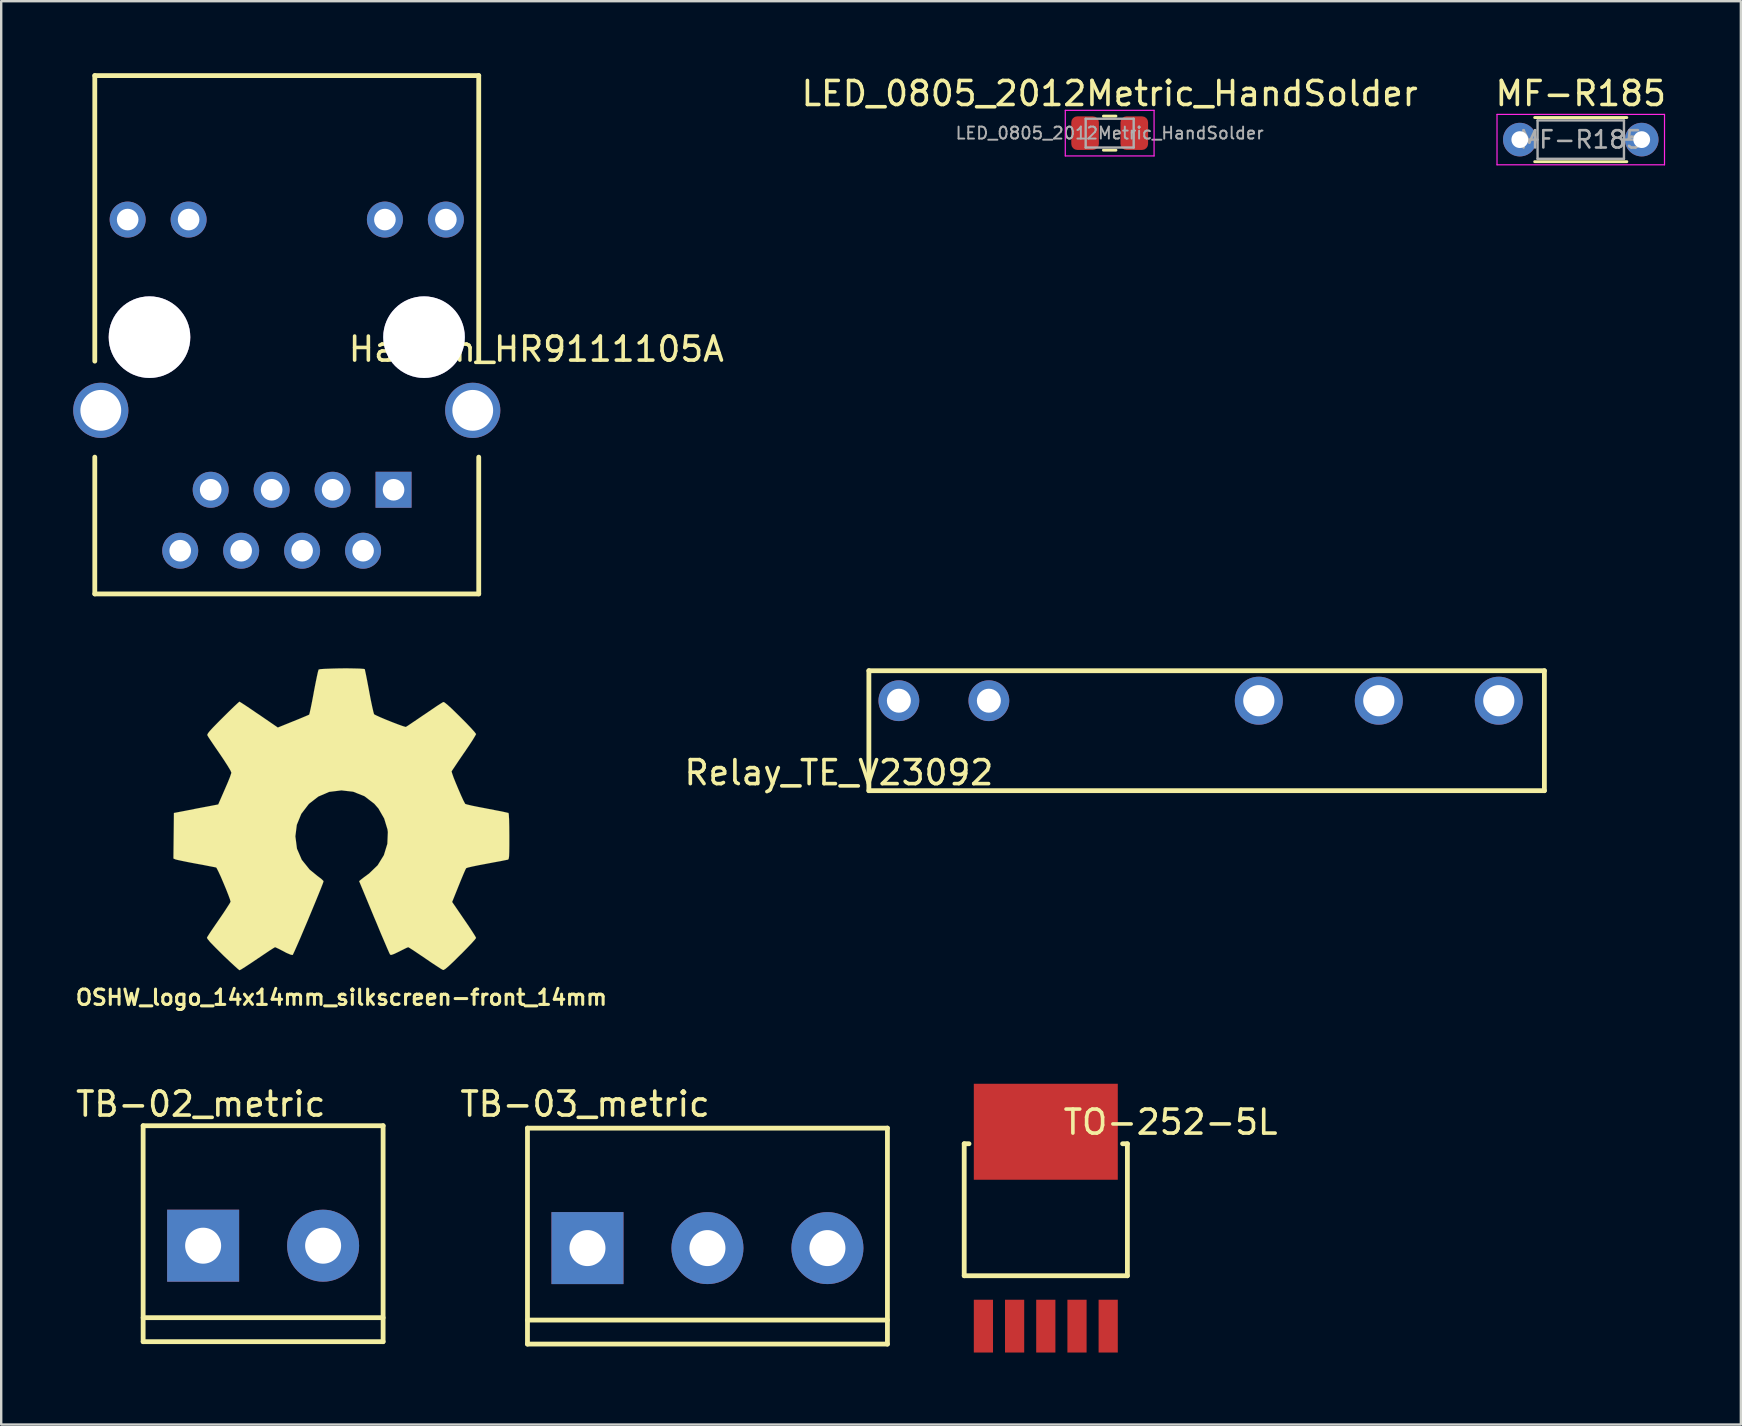
<source format=kicad_pcb>
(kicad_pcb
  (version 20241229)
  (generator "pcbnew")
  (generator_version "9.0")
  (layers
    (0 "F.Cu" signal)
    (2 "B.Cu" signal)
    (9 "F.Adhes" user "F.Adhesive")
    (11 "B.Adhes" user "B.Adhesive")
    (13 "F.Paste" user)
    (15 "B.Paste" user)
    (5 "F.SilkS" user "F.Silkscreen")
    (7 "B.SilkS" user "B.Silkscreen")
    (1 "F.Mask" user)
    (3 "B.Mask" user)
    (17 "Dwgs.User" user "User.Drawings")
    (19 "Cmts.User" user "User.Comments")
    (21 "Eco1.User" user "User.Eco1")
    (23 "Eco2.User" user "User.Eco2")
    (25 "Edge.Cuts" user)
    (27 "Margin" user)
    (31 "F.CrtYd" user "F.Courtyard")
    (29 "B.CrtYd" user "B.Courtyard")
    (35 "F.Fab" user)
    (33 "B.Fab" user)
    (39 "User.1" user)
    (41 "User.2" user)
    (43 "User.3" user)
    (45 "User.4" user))
  (footprint "Hanrun_HR9111105A"
    (layer "F.Cu")
    (at 8.9 11)
    (property "Reference" "Hanrun_HR9111105A" (at 10.4 0.5 0) (layer "F.SilkS") (effects (font (size 1 1) (thickness 0.15))))
    (attr through_hole)
    (fp_line (start -8 -10.9) (end 8 -10.9) (stroke (width 0.2) (type solid)) (layer "F.SilkS"))
    (fp_line (start -8 1) (end -8 -10.9) (stroke (width 0.2) (type solid)) (layer "F.SilkS"))
    (fp_line (start -8 10.7) (end -8 5) (stroke (width 0.2) (type solid)) (layer "F.SilkS"))
    (fp_line (start 8 -10.9) (end 8 1) (stroke (width 0.2) (type solid)) (layer "F.SilkS"))
    (fp_line (start 8 10.7) (end -8 10.7) (stroke (width 0.2) (type solid)) (layer "F.SilkS"))
    (fp_line (start 8 10.7) (end 8 5) (stroke (width 0.2) (type solid)) (layer "F.SilkS"))
    (pad "1" thru_hole rect (at 4.45 6.36) (size 1.5 1.5) (drill 0.9) (layers "*.Cu" "*.Mask"))
    (pad "2" thru_hole circle (at 3.18 8.9) (size 1.5 1.5) (drill 0.9) (layers "*.Cu" "*.Mask"))
    (pad "3" thru_hole circle (at 1.91 6.36) (size 1.5 1.5) (drill 0.9) (layers "*.Cu" "*.Mask"))
    (pad "4" thru_hole circle (at 0.64 8.9) (size 1.5 1.5) (drill 0.9) (layers "*.Cu" "*.Mask"))
    (pad "5" thru_hole circle (at -0.63 6.36) (size 1.5 1.5) (drill 0.9) (layers "*.Cu" "*.Mask"))
    (pad "6" thru_hole circle (at -1.9 8.9) (size 1.5 1.5) (drill 0.9) (layers "*.Cu" "*.Mask"))
    (pad "7" thru_hole circle (at -3.17 6.36) (size 1.5 1.5) (drill 0.9) (layers "*.Cu" "*.Mask"))
    (pad "8" thru_hole circle (at -4.44 8.9) (size 1.5 1.5) (drill 0.9) (layers "*.Cu" "*.Mask"))
    (pad "9" thru_hole circle (at 6.63 -4.9) (size 1.5 1.5) (drill 0.9) (layers "*.Cu" "*.Mask"))
    (pad "10" thru_hole circle (at 4.09 -4.9) (size 1.5 1.5) (drill 0.9) (layers "*.Cu" "*.Mask"))
    (pad "11" thru_hole circle (at -4.09 -4.9) (size 1.5 1.5) (drill 0.9) (layers "*.Cu" "*.Mask"))
    (pad "12" thru_hole circle (at -6.63 -4.9) (size 1.5 1.5) (drill 0.9) (layers "*.Cu" "*.Mask"))
    (pad "MH" thru_hole circle (at -5.72 0) (size 3.4 3.4) (drill 3.4) (layers "*.Cu" "*.Mask"))
    (pad "MH" thru_hole circle (at 5.72 0) (size 3.4 3.4) (drill 3.4) (layers "*.Cu" "*.Mask"))
    (pad "SH" thru_hole circle (at -7.75 3.05) (size 2.3 2.3) (drill 1.7) (layers "*.Cu" "*.Mask"))
    (pad "SH" thru_hole circle (at 7.75 3.05) (size 2.3 2.3) (drill 1.7) (layers "*.Cu" "*.Mask")))
  (footprint "MF-R185"
    (layer "F.Cu")
    (at 60.284 2.768)
    (property "Reference" "MF-R185" (at 2.54 -1.92 0) (layer "F.SilkS") (effects (font (size 1 1) (thickness 0.15))))
    (attr through_hole)
    (fp_line (start 0.62 -0.92) (end 4.46 -0.92) (stroke (width 0.12) (type solid)) (layer "F.SilkS"))
    (fp_line (start 0.62 0.92) (end 4.46 0.92) (stroke (width 0.12) (type solid)) (layer "F.SilkS"))
    (fp_line (start -0.95 -1.05) (end -0.95 1.05) (stroke (width 0.05) (type solid)) (layer "F.CrtYd"))
    (fp_line (start -0.95 1.05) (end 6.03 1.05) (stroke (width 0.05) (type solid)) (layer "F.CrtYd"))
    (fp_line (start 6.03 -1.05) (end -0.95 -1.05) (stroke (width 0.05) (type solid)) (layer "F.CrtYd"))
    (fp_line (start 6.03 1.05) (end 6.03 -1.05) (stroke (width 0.05) (type solid)) (layer "F.CrtYd"))
    (fp_line (start 0 0) (end 0.74 0) (stroke (width 0.1) (type solid)) (layer "F.Fab"))
    (fp_line (start 0.74 -0.8) (end 0.74 0.8) (stroke (width 0.1) (type solid)) (layer "F.Fab"))
    (fp_line (start 0.74 0.8) (end 4.34 0.8) (stroke (width 0.1) (type solid)) (layer "F.Fab"))
    (fp_line (start 4.34 -0.8) (end 0.74 -0.8) (stroke (width 0.1) (type solid)) (layer "F.Fab"))
    (fp_line (start 4.34 0.8) (end 4.34 -0.8) (stroke (width 0.1) (type solid)) (layer "F.Fab"))
    (fp_line (start 5.08 0) (end 4.34 0) (stroke (width 0.1) (type solid)) (layer "F.Fab"))
    (fp_text user "${REFERENCE}" (at 2.54 0 0) (layer "F.Fab") (effects (font (size 0.72 0.72) (thickness 0.108))))
    (pad "1" thru_hole circle (at 0 0) (size 1.4 1.4) (drill 0.7) (layers "*.Cu" "*.Mask"))
    (pad "2" thru_hole oval (at 5.08 0) (size 1.4 1.4) (drill 0.7) (layers "*.Cu" "*.Mask")))
  (footprint "LED_0805_2012Metric_HandSolder"
    (layer "F.Cu")
    (at 43.193 2.498)
    (property "Reference" "LED_0805_2012Metric_HandSolder" (at 0 -1.65 0) (layer "F.SilkS") (effects (font (size 1 1) (thickness 0.15))))
    (attr smd)
    (fp_line (start -0.261 -0.71) (end 0.261 -0.71) (stroke (width 0.12) (type solid)) (layer "F.SilkS"))
    (fp_line (start -0.261 0.71) (end 0.261 0.71) (stroke (width 0.12) (type solid)) (layer "F.SilkS"))
    (fp_line (start -1.85 -0.95) (end 1.85 -0.95) (stroke (width 0.05) (type solid)) (layer "F.CrtYd"))
    (fp_line (start -1.85 0.95) (end -1.85 -0.95) (stroke (width 0.05) (type solid)) (layer "F.CrtYd"))
    (fp_line (start 1.85 -0.95) (end 1.85 0.95) (stroke (width 0.05) (type solid)) (layer "F.CrtYd"))
    (fp_line (start 1.85 0.95) (end -1.85 0.95) (stroke (width 0.05) (type solid)) (layer "F.CrtYd"))
    (fp_line (start -1 -0.6) (end 1 -0.6) (stroke (width 0.1) (type solid)) (layer "F.Fab"))
    (fp_line (start -1 0.6) (end -1 -0.6) (stroke (width 0.1) (type solid)) (layer "F.Fab"))
    (fp_line (start 1 -0.6) (end 1 0.6) (stroke (width 0.1) (type solid)) (layer "F.Fab"))
    (fp_line (start 1 0.6) (end -1 0.6) (stroke (width 0.1) (type solid)) (layer "F.Fab"))
    (fp_text user "${REFERENCE}" (at 0 0 0) (layer "F.Fab") (effects (font (size 0.5 0.5) (thickness 0.08))))
    (pad "1" smd roundrect (at -1.025 0) (size 1.15 1.4) (layers "F.Cu" "F.Mask" "F.Paste") (roundrect_rratio 0.217))
    (pad "2" smd roundrect (at 1.025 0) (size 1.15 1.4) (layers "F.Cu" "F.Mask" "F.Paste") (roundrect_rratio 0.217)))
  (footprint "TO-252-5L"
    (layer "F.Cu")
    (at 40.531 50.213)
    (property "Reference" "TO-252-5L" (at 5.2 -6.5 0) (layer "F.SilkS") (effects (font (size 1 1) (thickness 0.15))))
    (attr through_hole)
    (fp_line (start -3.4 -5.6) (end -3.4 -0.1) (stroke (width 0.2) (type solid)) (layer "F.SilkS"))
    (fp_line (start -3.4 -5.6) (end -3.2 -5.6) (stroke (width 0.2) (type solid)) (layer "F.SilkS"))
    (fp_line (start -3.4 -0.1) (end 3.4 -0.1) (stroke (width 0.2) (type solid)) (layer "F.SilkS"))
    (fp_line (start 3.4 -5.6) (end 3.2 -5.6) (stroke (width 0.2) (type solid)) (layer "F.SilkS"))
    (fp_line (start 3.4 -0.1) (end 3.4 -5.6) (stroke (width 0.2) (type solid)) (layer "F.SilkS"))
    (pad "1" smd rect (at -2.6 2) (size 0.8 2.2) (layers "F.Cu" "F.Mask" "F.Paste"))
    (pad "2" smd rect (at -1.3 2) (size 0.8 2.2) (layers "F.Cu" "F.Mask" "F.Paste"))
    (pad "3" smd rect (at 0 2) (size 0.8 2.2) (layers "F.Cu" "F.Mask" "F.Paste"))
    (pad "4" smd rect (at 1.3 2) (size 0.8 2.2) (layers "F.Cu" "F.Mask" "F.Paste"))
    (pad "5" smd rect (at 2.6 2) (size 0.8 2.2) (layers "F.Cu" "F.Mask" "F.Paste"))
    (pad "6" smd rect (at 0 -6.1) (size 6 4) (layers "F.Cu" "F.Mask" "F.Paste")))
  (footprint "Relay_TE_V23092"
    (layer "F.Cu")
    (at 34.408 26.15)
    (property "Reference" "Relay_TE_V23092" (at -2.5 3 0) (layer "F.SilkS") (effects (font (size 1 1) (thickness 0.15))))
    (attr through_hole)
    (fp_line (start -1.25 -1.25) (end -1.25 3.75) (stroke (width 0.2) (type solid)) (layer "F.SilkS"))
    (fp_line (start -1.25 -1.25) (end 26.9 -1.25) (stroke (width 0.2) (type solid)) (layer "F.SilkS"))
    (fp_line (start 26.9 -1.25) (end 26.9 3.75) (stroke (width 0.2) (type solid)) (layer "F.SilkS"))
    (fp_line (start 26.9 3.75) (end -1.25 3.75) (stroke (width 0.2) (type solid)) (layer "F.SilkS"))
    (pad "11" thru_hole circle (at 20 0) (size 2 2) (drill 1.3) (layers "*.Cu" "*.Mask"))
    (pad "12" thru_hole circle (at 15 0) (size 2 2) (drill 1.3) (layers "*.Cu" "*.Mask"))
    (pad "14" thru_hole circle (at 25 0) (size 2 2) (drill 1.3) (layers "*.Cu" "*.Mask"))
    (pad "A1" thru_hole circle (at 0 0) (size 1.7 1.7) (drill 1) (layers "*.Cu" "*.Mask"))
    (pad "A2" thru_hole circle (at 3.75 0) (size 1.7 1.7) (drill 1) (layers "*.Cu" "*.Mask")))
  (footprint "TB-02_metric"
    (layer "F.Cu")
    (at 5.415 48.861)
    (property "Reference" "TB-02_metric" (at -0.1 -5.9 0) (layer "F.SilkS") (effects (font (size 1 1) (thickness 0.15))))
    (attr through_hole)
    (fp_line (start -2.5 -5) (end 7.5 -5) (stroke (width 0.2) (type solid)) (layer "F.SilkS"))
    (fp_line (start -2.5 3) (end 7.5 3) (stroke (width 0.2) (type solid)) (layer "F.SilkS"))
    (fp_line (start -2.5 4) (end -2.5 -5) (stroke (width 0.2) (type solid)) (layer "F.SilkS"))
    (fp_line (start 7.5 -5) (end 7.5 4) (stroke (width 0.2) (type solid)) (layer "F.SilkS"))
    (fp_line (start 7.5 4) (end -2.5 4) (stroke (width 0.2) (type solid)) (layer "F.SilkS"))
    (pad "1" thru_hole rect (at 0 0) (size 3 3) (drill 1.5) (layers "*.Cu" "*.Mask"))
    (pad "2" thru_hole circle (at 5 0) (size 3 3) (drill 1.5) (layers "*.Cu" "*.Mask")))
  (footprint "TB-03_metric"
    (layer "F.Cu")
    (at 21.431 48.961)
    (property "Reference" "TB-03_metric" (at -0.1 -6 0) (layer "F.SilkS") (effects (font (size 1 1) (thickness 0.15))))
    (attr through_hole)
    (fp_line (start -2.5 -5) (end 12.5 -5) (stroke (width 0.2) (type solid)) (layer "F.SilkS"))
    (fp_line (start -2.5 3) (end 12.5 3) (stroke (width 0.2) (type solid)) (layer "F.SilkS"))
    (fp_line (start -2.5 4) (end -2.5 -5) (stroke (width 0.2) (type solid)) (layer "F.SilkS"))
    (fp_line (start 12.5 -5) (end 12.5 4) (stroke (width 0.2) (type solid)) (layer "F.SilkS"))
    (fp_line (start 12.5 4) (end -2.5 4) (stroke (width 0.2) (type solid)) (layer "F.SilkS"))
    (pad "1" thru_hole rect (at 0 0) (size 3 3) (drill 1.5) (layers "*.Cu" "*.Mask"))
    (pad "2" thru_hole circle (at 5 0) (size 3 3) (drill 1.5) (layers "*.Cu" "*.Mask"))
    (pad "3" thru_hole circle (at 10 0) (size 3 3) (drill 1.5) (layers "*.Cu" "*.Mask")))
  (footprint "OSHW_logo_14x14mm_silkscreen-front_14mm"
    (layer "F.Cu")
    (at 11.177 31.093)
    (property "Reference" "OSHW_logo_14x14mm_silkscreen-front_14mm" (at 0 7.424 0) (layer "F.SilkS") (effects (font (size 0.638 0.638) (thickness 0.127))))
    (attr through_hole)
    (fp_poly (pts (xy -4.244 6.289) (xy -4.171 6.251) (xy -4.006 6.147) (xy -3.772 5.994) (xy -3.498 5.809) (xy -3.218 5.621) (xy -2.992 5.469) (xy -2.832 5.367) (xy -2.766 5.329) (xy -2.728 5.342) (xy -2.596 5.405) (xy -2.405 5.504) (xy -2.296 5.563) (xy -2.118 5.639) (xy -2.032 5.654) (xy -2.017 5.629) (xy -1.953 5.494) (xy -1.852 5.265) (xy -1.72 4.963) (xy -1.57 4.608) (xy -1.407 4.224) (xy -1.245 3.833) (xy -1.09 3.459) (xy -0.953 3.124) (xy -0.843 2.852) (xy -0.77 2.664) (xy -0.744 2.581) (xy -0.752 2.565) (xy -0.841 2.479) (xy -0.993 2.365) (xy -1.323 2.095) (xy -1.651 1.687) (xy -1.852 1.224) (xy -1.918 0.709) (xy -1.859 0.231) (xy -1.671 -0.229) (xy -1.354 -0.643) (xy -0.965 -0.947) (xy -0.511 -1.143) (xy 0 -1.206) (xy 0.488 -1.151) (xy 0.958 -0.965) (xy 1.369 -0.65) (xy 1.544 -0.45) (xy 1.783 -0.033) (xy 1.92 0.417) (xy 1.935 0.531) (xy 1.915 1.021) (xy 1.77 1.494) (xy 1.511 1.915) (xy 1.151 2.261) (xy 1.105 2.294) (xy 0.937 2.418) (xy 0.826 2.504) (xy 0.739 2.576) (xy 1.364 4.082) (xy 1.466 4.323) (xy 1.636 4.735) (xy 1.788 5.09) (xy 1.908 5.372) (xy 1.991 5.56) (xy 2.029 5.636) (xy 2.032 5.641) (xy 2.088 5.649) (xy 2.202 5.608) (xy 2.413 5.507) (xy 2.553 5.436) (xy 2.713 5.357) (xy 2.784 5.329) (xy 2.845 5.362) (xy 3 5.461) (xy 3.223 5.611) (xy 3.493 5.794) (xy 3.749 5.969) (xy 3.985 6.124) (xy 4.158 6.236) (xy 4.239 6.279) (xy 4.252 6.279) (xy 4.328 6.238) (xy 4.463 6.124) (xy 4.669 5.931) (xy 4.958 5.644) (xy 5.004 5.601) (xy 5.243 5.357) (xy 5.436 5.154) (xy 5.565 5.009) (xy 5.613 4.943) (xy 5.57 4.862) (xy 5.461 4.689) (xy 5.304 4.45) (xy 5.113 4.171) (xy 4.615 3.444) (xy 4.889 2.761) (xy 4.973 2.553) (xy 5.08 2.296) (xy 5.159 2.116) (xy 5.199 2.037) (xy 5.276 2.009) (xy 5.461 1.966) (xy 5.733 1.91) (xy 6.058 1.849) (xy 6.365 1.791) (xy 6.645 1.74) (xy 6.845 1.699) (xy 6.937 1.681) (xy 6.957 1.669) (xy 6.975 1.626) (xy 6.988 1.532) (xy 6.995 1.361) (xy 6.998 1.095) (xy 6.998 0.709) (xy 6.998 0.668) (xy 6.995 0.297) (xy 6.988 0.005) (xy 6.977 -0.188) (xy 6.965 -0.264) (xy 6.878 -0.284) (xy 6.68 -0.328) (xy 6.403 -0.381) (xy 6.071 -0.445) (xy 6.05 -0.45) (xy 5.718 -0.513) (xy 5.441 -0.569) (xy 5.248 -0.615) (xy 5.164 -0.64) (xy 5.149 -0.663) (xy 5.08 -0.792) (xy 4.986 -0.998) (xy 4.877 -1.25) (xy 4.768 -1.509) (xy 4.674 -1.742) (xy 4.613 -1.918) (xy 4.592 -1.996) (xy 4.592 -1.999) (xy 4.643 -2.078) (xy 4.757 -2.248) (xy 4.917 -2.487) (xy 5.11 -2.769) (xy 5.126 -2.791) (xy 5.316 -3.071) (xy 5.471 -3.307) (xy 5.573 -3.477) (xy 5.613 -3.551) (xy 5.611 -3.556) (xy 5.547 -3.64) (xy 5.405 -3.8) (xy 5.202 -4.013) (xy 4.956 -4.26) (xy 4.879 -4.336) (xy 4.608 -4.602) (xy 4.417 -4.775) (xy 4.3 -4.869) (xy 4.244 -4.889) (xy 4.242 -4.887) (xy 4.158 -4.836) (xy 3.98 -4.722) (xy 3.741 -4.559) (xy 3.457 -4.366) (xy 3.437 -4.354) (xy 3.157 -4.163) (xy 2.924 -4.006) (xy 2.758 -3.894) (xy 2.687 -3.851) (xy 2.675 -3.851) (xy 2.56 -3.884) (xy 2.362 -3.955) (xy 2.116 -4.049) (xy 1.857 -4.153) (xy 1.623 -4.252) (xy 1.445 -4.333) (xy 1.361 -4.379) (xy 1.359 -4.384) (xy 1.331 -4.486) (xy 1.283 -4.694) (xy 1.222 -4.983) (xy 1.158 -5.324) (xy 1.148 -5.38) (xy 1.085 -5.712) (xy 1.031 -5.989) (xy 0.991 -6.18) (xy 0.973 -6.259) (xy 0.925 -6.269) (xy 0.762 -6.281) (xy 0.513 -6.287) (xy 0.211 -6.292) (xy -0.107 -6.289) (xy -0.417 -6.281) (xy -0.681 -6.271) (xy -0.869 -6.259) (xy -0.947 -6.243) (xy -0.95 -6.238) (xy -0.98 -6.137) (xy -1.026 -5.926) (xy -1.085 -5.636) (xy -1.151 -5.293) (xy -1.161 -5.232) (xy -1.224 -4.9) (xy -1.28 -4.625) (xy -1.321 -4.44) (xy -1.341 -4.366) (xy -1.372 -4.348) (xy -1.509 -4.29) (xy -1.732 -4.196) (xy -2.009 -4.084) (xy -2.649 -3.825) (xy -3.434 -4.364) (xy -3.508 -4.412) (xy -3.79 -4.605) (xy -4.021 -4.76) (xy -4.183 -4.864) (xy -4.249 -4.902) (xy -4.255 -4.9) (xy -4.333 -4.831) (xy -4.491 -4.684) (xy -4.702 -4.478) (xy -4.95 -4.232) (xy -5.133 -4.049) (xy -5.349 -3.828) (xy -5.486 -3.68) (xy -5.56 -3.584) (xy -5.588 -3.528) (xy -5.58 -3.49) (xy -5.53 -3.409) (xy -5.415 -3.236) (xy -5.253 -2.997) (xy -5.062 -2.72) (xy -4.905 -2.487) (xy -4.735 -2.223) (xy -4.623 -2.035) (xy -4.585 -1.943) (xy -4.595 -1.905) (xy -4.648 -1.75) (xy -4.742 -1.519) (xy -4.862 -1.242) (xy -5.133 -0.62) (xy -5.542 -0.541) (xy -5.789 -0.495) (xy -6.134 -0.429) (xy -6.464 -0.363) (xy -6.98 -0.264) (xy -7 1.633) (xy -6.919 1.669) (xy -6.843 1.689) (xy -6.652 1.73) (xy -6.378 1.786) (xy -6.058 1.847) (xy -5.781 1.897) (xy -5.507 1.951) (xy -5.309 1.989) (xy -5.22 2.007) (xy -5.197 2.037) (xy -5.128 2.172) (xy -5.029 2.383) (xy -4.92 2.639) (xy -4.808 2.906) (xy -4.712 3.15) (xy -4.643 3.338) (xy -4.618 3.434) (xy -4.656 3.505) (xy -4.76 3.668) (xy -4.912 3.901) (xy -5.1 4.176) (xy -5.288 4.45) (xy -5.448 4.684) (xy -5.558 4.854) (xy -5.603 4.93) (xy -5.58 4.983) (xy -5.471 5.116) (xy -5.263 5.331) (xy -4.956 5.636) (xy -4.905 5.687) (xy -4.658 5.921) (xy -4.453 6.111) (xy -4.308 6.241) (xy -4.244 6.289)) (stroke (width 0.003) (type solid)) (fill yes) (layer "F.SilkS")))
  (gr_rect
    (start -3 -3)
    (end 69.496 56.313)
    (stroke (width 0.1) (type default))
    (fill no)
    (layer "Edge.Cuts")))
</source>
